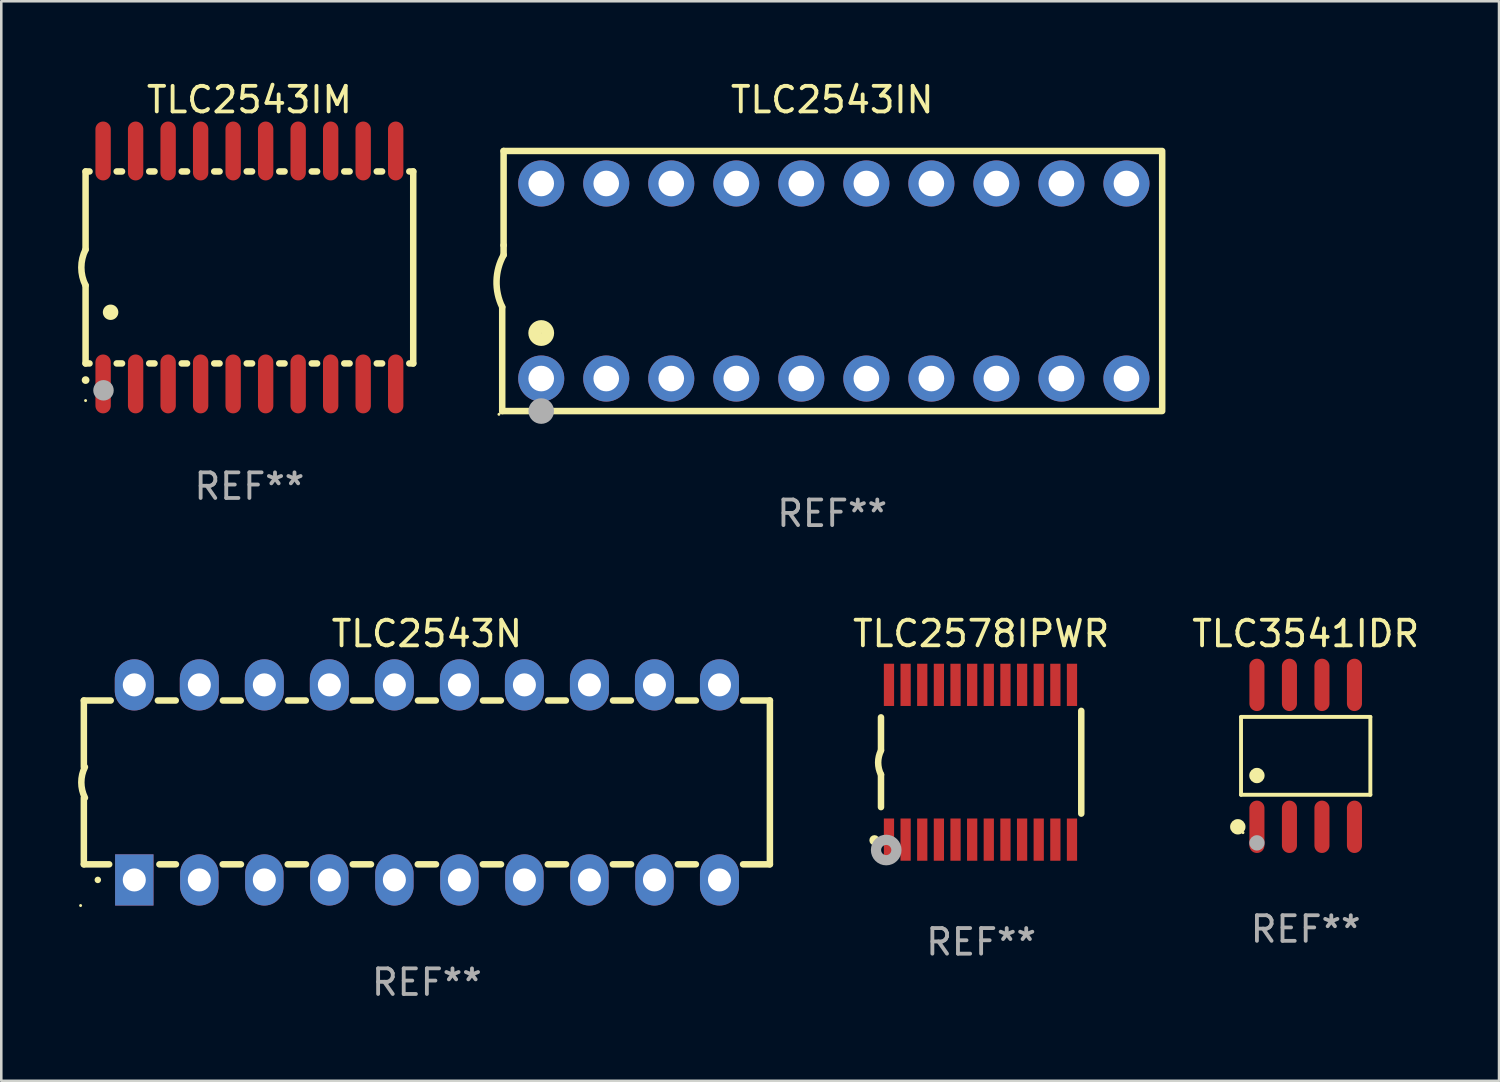
<source format=kicad_pcb>
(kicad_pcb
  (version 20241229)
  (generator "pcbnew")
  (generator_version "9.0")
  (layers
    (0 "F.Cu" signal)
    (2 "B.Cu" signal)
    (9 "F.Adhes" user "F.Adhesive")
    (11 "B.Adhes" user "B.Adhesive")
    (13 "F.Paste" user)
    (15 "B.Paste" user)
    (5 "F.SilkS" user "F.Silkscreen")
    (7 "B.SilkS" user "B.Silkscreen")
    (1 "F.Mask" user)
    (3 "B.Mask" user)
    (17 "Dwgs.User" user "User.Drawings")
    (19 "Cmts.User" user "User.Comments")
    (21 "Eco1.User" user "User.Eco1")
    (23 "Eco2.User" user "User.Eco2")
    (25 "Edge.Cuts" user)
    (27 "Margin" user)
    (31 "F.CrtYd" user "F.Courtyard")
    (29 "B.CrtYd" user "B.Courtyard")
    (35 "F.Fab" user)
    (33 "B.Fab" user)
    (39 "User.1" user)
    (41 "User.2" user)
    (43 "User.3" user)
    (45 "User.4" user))
  (footprint "TLC2578IPWR"
    (layer "F.Cu")
    (at 35.278 26.727)
    (property "Reference" "TLC2578IPWR" (at 0 -5.023 0) (layer "F.SilkS") (effects (font (size 1 1) (thickness 0.15))))
    (attr through_hole)
    (fp_line (start -3.912 -0.483) (end -3.912 -1.753) (stroke (width 0.254) (type solid)) (layer "F.SilkS"))
    (fp_line (start -3.912 1.753) (end -3.912 0.483) (stroke (width 0.254) (type solid)) (layer "F.SilkS"))
    (fp_line (start 3.912 -2.007) (end 3.912 2.007) (stroke (width 0.254) (type solid)) (layer "F.SilkS"))
    (fp_arc (start -3.911608 0.482601) (mid -4.022537 0.0127) (end -3.911608 -0.457201) (stroke (width 0.254001) (type solid)) (layer "F.SilkS"))
    (fp_circle (center -4.166 3.048) (end -4.066 3.048) (stroke (width 0.2) (type solid)) (fill no) (layer "F.SilkS"))
    (fp_circle (center -3.925 3.186) (end -3.895 3.186) (stroke (width 0.06) (type solid)) (fill no) (layer "F.SilkS"))
    (fp_circle (center -3.708 3.429) (end -3.509 3.429) (stroke (width 0.4) (type solid)) (fill no) (layer "F.Fab"))
    (fp_text user "REF**" (at 0 7.023 0) (layer "F.Fab") (effects (font (size 1 1) (thickness 0.15))))
    (pad "1" smd rect (at -3.6 3.023) (size 0.4 1.65) (layers "F.Cu" "F.Mask" "F.Paste"))
    (pad "2" smd rect (at -2.95 3.023) (size 0.4 1.65) (layers "F.Cu" "F.Mask" "F.Paste"))
    (pad "3" smd rect (at -2.3 3.023) (size 0.4 1.65) (layers "F.Cu" "F.Mask" "F.Paste"))
    (pad "4" smd rect (at -1.65 3.023) (size 0.4 1.65) (layers "F.Cu" "F.Mask" "F.Paste"))
    (pad "5" smd rect (at -1 3.023) (size 0.4 1.65) (layers "F.Cu" "F.Mask" "F.Paste"))
    (pad "6" smd rect (at -0.35 3.023) (size 0.4 1.65) (layers "F.Cu" "F.Mask" "F.Paste"))
    (pad "7" smd rect (at 0.299 3.023) (size 0.4 1.65) (layers "F.Cu" "F.Mask" "F.Paste"))
    (pad "8" smd rect (at 0.95 3.023) (size 0.4 1.65) (layers "F.Cu" "F.Mask" "F.Paste"))
    (pad "9" smd rect (at 1.6 3.023) (size 0.4 1.65) (layers "F.Cu" "F.Mask" "F.Paste"))
    (pad "10" smd rect (at 2.25 3.023) (size 0.4 1.65) (layers "F.Cu" "F.Mask" "F.Paste"))
    (pad "11" smd rect (at 2.9 3.023) (size 0.4 1.65) (layers "F.Cu" "F.Mask" "F.Paste"))
    (pad "12" smd rect (at 3.549 3.023) (size 0.4 1.65) (layers "F.Cu" "F.Mask" "F.Paste"))
    (pad "13" smd rect (at 3.549 -3.023) (size 0.4 1.65) (layers "F.Cu" "F.Mask" "F.Paste"))
    (pad "14" smd rect (at 2.9 -3.023) (size 0.4 1.65) (layers "F.Cu" "F.Mask" "F.Paste"))
    (pad "15" smd rect (at 2.25 -3.023) (size 0.4 1.65) (layers "F.Cu" "F.Mask" "F.Paste"))
    (pad "16" smd rect (at 1.6 -3.023) (size 0.4 1.65) (layers "F.Cu" "F.Mask" "F.Paste"))
    (pad "17" smd rect (at 0.95 -3.023) (size 0.4 1.65) (layers "F.Cu" "F.Mask" "F.Paste"))
    (pad "18" smd rect (at 0.299 -3.023) (size 0.4 1.65) (layers "F.Cu" "F.Mask" "F.Paste"))
    (pad "19" smd rect (at -0.35 -3.023) (size 0.4 1.65) (layers "F.Cu" "F.Mask" "F.Paste"))
    (pad "20" smd rect (at -1 -3.023) (size 0.4 1.65) (layers "F.Cu" "F.Mask" "F.Paste"))
    (pad "21" smd rect (at -1.65 -3.023) (size 0.4 1.65) (layers "F.Cu" "F.Mask" "F.Paste"))
    (pad "22" smd rect (at -2.3 -3.023) (size 0.4 1.65) (layers "F.Cu" "F.Mask" "F.Paste"))
    (pad "23" smd rect (at -2.95 -3.023) (size 0.4 1.65) (layers "F.Cu" "F.Mask" "F.Paste"))
    (pad "24" smd rect (at -3.6 -3.023) (size 0.4 1.65) (layers "F.Cu" "F.Mask" "F.Paste")))
  (footprint "TLC3541IDR"
    (layer "F.Cu")
    (at 47.957 26.477)
    (property "Reference" "TLC3541IDR" (at 0 -4.772 0) (layer "F.SilkS") (effects (font (size 1 1) (thickness 0.15))))
    (attr through_hole)
    (fp_line (start -2.526 -1.521) (end 2.526 -1.521) (stroke (width 0.152) (type solid)) (layer "F.SilkS"))
    (fp_line (start -2.526 1.521) (end -2.526 -1.521) (stroke (width 0.152) (type solid)) (layer "F.SilkS"))
    (fp_line (start 2.526 -1.521) (end 2.526 1.521) (stroke (width 0.152) (type solid)) (layer "F.SilkS"))
    (fp_line (start 2.526 1.521) (end -2.526 1.521) (stroke (width 0.152) (type solid)) (layer "F.SilkS"))
    (fp_circle (center -2.652 2.772) (end -2.501 2.772) (stroke (width 0.3) (type solid)) (fill no) (layer "F.SilkS"))
    (fp_circle (center -2.45 3) (end -2.42 3) (stroke (width 0.06) (type solid)) (fill no) (layer "F.SilkS"))
    (fp_circle (center -1.905 0.769) (end -1.755 0.769) (stroke (width 0.3) (type solid)) (fill no) (layer "F.SilkS"))
    (fp_circle (center -1.905 3.4) (end -1.755 3.4) (stroke (width 0.3) (type solid)) (fill no) (layer "F.Fab"))
    (fp_text user "REF**" (at 0 6.772 0) (layer "F.Fab") (effects (font (size 1 1) (thickness 0.15))))
    (pad "1" smd oval (at -1.905 2.772) (size 0.588 2.045) (layers "F.Cu" "F.Mask" "F.Paste"))
    (pad "2" smd oval (at -0.635 2.772) (size 0.588 2.045) (layers "F.Cu" "F.Mask" "F.Paste"))
    (pad "3" smd oval (at 0.635 2.772) (size 0.588 2.045) (layers "F.Cu" "F.Mask" "F.Paste"))
    (pad "4" smd oval (at 1.905 2.772) (size 0.588 2.045) (layers "F.Cu" "F.Mask" "F.Paste"))
    (pad "5" smd oval (at 1.905 -2.772) (size 0.588 2.045) (layers "F.Cu" "F.Mask" "F.Paste"))
    (pad "6" smd oval (at 0.635 -2.772) (size 0.588 2.045) (layers "F.Cu" "F.Mask" "F.Paste"))
    (pad "7" smd oval (at -0.635 -2.772) (size 0.588 2.045) (layers "F.Cu" "F.Mask" "F.Paste"))
    (pad "8" smd oval (at -1.905 -2.772) (size 0.588 2.045) (layers "F.Cu" "F.Mask" "F.Paste")))
  (footprint "TLC2543N"
    (layer "F.Cu")
    (at 13.626 27.515)
    (property "Reference" "TLC2543N" (at 0 -5.81 0) (layer "F.SilkS") (effects (font (size 1 1) (thickness 0.15))))
    (attr through_hole)
    (fp_line (start -13.4 -3.2) (end -12.351 -3.2) (stroke (width 0.254) (type solid)) (layer "F.SilkS"))
    (fp_line (start -13.4 -0.6) (end -13.4 -3.2) (stroke (width 0.254) (type solid)) (layer "F.SilkS"))
    (fp_line (start -13.4 3.2) (end -13.4 0.6) (stroke (width 0.254) (type solid)) (layer "F.SilkS"))
    (fp_line (start -13.4 3.2) (end -12.411 3.2) (stroke (width 0.254) (type solid)) (layer "F.SilkS"))
    (fp_line (start -10.509 -3.2) (end -9.811 -3.2) (stroke (width 0.254) (type solid)) (layer "F.SilkS"))
    (fp_line (start -10.449 3.2) (end -9.803 3.2) (stroke (width 0.254) (type solid)) (layer "F.SilkS"))
    (fp_line (start -7.977 3.2) (end -7.263 3.2) (stroke (width 0.254) (type solid)) (layer "F.SilkS"))
    (fp_line (start -7.969 -3.2) (end -7.271 -3.2) (stroke (width 0.254) (type solid)) (layer "F.SilkS"))
    (fp_line (start -5.437 3.2) (end -4.723 3.2) (stroke (width 0.254) (type solid)) (layer "F.SilkS"))
    (fp_line (start -5.429 -3.2) (end -4.731 -3.2) (stroke (width 0.254) (type solid)) (layer "F.SilkS"))
    (fp_line (start -2.897 3.2) (end -2.183 3.2) (stroke (width 0.254) (type solid)) (layer "F.SilkS"))
    (fp_line (start -2.889 -3.2) (end -2.191 -3.2) (stroke (width 0.254) (type solid)) (layer "F.SilkS"))
    (fp_line (start -0.357 3.2) (end 0.357 3.2) (stroke (width 0.254) (type solid)) (layer "F.SilkS"))
    (fp_line (start -0.349 -3.2) (end 0.349 -3.2) (stroke (width 0.254) (type solid)) (layer "F.SilkS"))
    (fp_line (start 2.183 3.2) (end 2.897 3.2) (stroke (width 0.254) (type solid)) (layer "F.SilkS"))
    (fp_line (start 2.191 -3.2) (end 2.889 -3.2) (stroke (width 0.254) (type solid)) (layer "F.SilkS"))
    (fp_line (start 4.723 3.2) (end 5.437 3.2) (stroke (width 0.254) (type solid)) (layer "F.SilkS"))
    (fp_line (start 4.731 -3.2) (end 5.429 -3.2) (stroke (width 0.254) (type solid)) (layer "F.SilkS"))
    (fp_line (start 7.263 3.2) (end 7.977 3.2) (stroke (width 0.254) (type solid)) (layer "F.SilkS"))
    (fp_line (start 7.271 -3.2) (end 7.969 -3.2) (stroke (width 0.254) (type solid)) (layer "F.SilkS"))
    (fp_line (start 9.803 3.2) (end 10.509 3.2) (stroke (width 0.254) (type solid)) (layer "F.SilkS"))
    (fp_line (start 9.811 -3.2) (end 10.509 -3.2) (stroke (width 0.254) (type solid)) (layer "F.SilkS"))
    (fp_line (start 12.351 -3.2) (end 13.4 -3.2) (stroke (width 0.254) (type solid)) (layer "F.SilkS"))
    (fp_line (start 12.351 3.2) (end 13.4 3.2) (stroke (width 0.254) (type solid)) (layer "F.SilkS"))
    (fp_line (start 13.4 -3.2) (end 13.4 3.2) (stroke (width 0.254) (type solid)) (layer "F.SilkS"))
    (fp_arc (start -13.357557 0.599721) (mid -13.499295 0.000123) (end -13.358598 -0.599721) (stroke (width 0.254001) (type solid)) (layer "F.SilkS"))
    (fp_arc (start -12.854966 3.810008) (mid -12.854973 3.808738) (end -12.854966 3.807468) (stroke (width 0.25) (type solid)) (layer "F.SilkS"))
    (fp_circle (center -13.527 4.81) (end -13.497 4.81) (stroke (width 0.06) (type solid)) (fill no) (layer "F.SilkS"))
    (fp_text user "REF**" (at 0 7.81 0) (layer "F.Fab") (effects (font (size 1 1) (thickness 0.15))))
    (pad "1" thru_hole rect (at -11.43 3.81 90) (size 2 1.5) (drill 0.9) (layers "*.Cu" "*.Mask"))
    (pad "2" thru_hole oval (at -8.89 3.81 90) (size 2 1.5) (drill 0.9) (layers "*.Cu" "*.Mask"))
    (pad "3" thru_hole oval (at -6.35 3.81 90) (size 2 1.5) (drill 0.9) (layers "*.Cu" "*.Mask"))
    (pad "4" thru_hole oval (at -3.81 3.81 90) (size 2 1.5) (drill 0.9) (layers "*.Cu" "*.Mask"))
    (pad "5" thru_hole oval (at -1.27 3.81 90) (size 2 1.5) (drill 0.9) (layers "*.Cu" "*.Mask"))
    (pad "6" thru_hole oval (at 1.27 3.81 90) (size 2 1.5) (drill 0.9) (layers "*.Cu" "*.Mask"))
    (pad "7" thru_hole oval (at 3.81 3.81 90) (size 2 1.5) (drill 0.9) (layers "*.Cu" "*.Mask"))
    (pad "8" thru_hole oval (at 6.35 3.81 90) (size 2 1.5) (drill 0.9) (layers "*.Cu" "*.Mask"))
    (pad "9" thru_hole oval (at 8.89 3.81 90) (size 2 1.5) (drill 0.9) (layers "*.Cu" "*.Mask"))
    (pad "10" thru_hole oval (at 11.43 3.81 90) (size 2 1.524) (drill 0.9) (layers "*.Cu" "*.Mask"))
    (pad "11" thru_hole oval (at 11.43 -3.81 90) (size 2 1.524) (drill 0.9) (layers "*.Cu" "*.Mask"))
    (pad "12" thru_hole oval (at 8.89 -3.81 90) (size 2 1.524) (drill 0.9) (layers "*.Cu" "*.Mask"))
    (pad "13" thru_hole oval (at 6.35 -3.81 90) (size 2 1.524) (drill 0.9) (layers "*.Cu" "*.Mask"))
    (pad "14" thru_hole oval (at 3.81 -3.81 90) (size 2 1.524) (drill 0.9) (layers "*.Cu" "*.Mask"))
    (pad "15" thru_hole oval (at 1.27 -3.81 90) (size 2 1.524) (drill 0.9) (layers "*.Cu" "*.Mask"))
    (pad "16" thru_hole oval (at -1.27 -3.81 90) (size 2 1.524) (drill 0.9) (layers "*.Cu" "*.Mask"))
    (pad "17" thru_hole oval (at -3.81 -3.81 90) (size 2 1.524) (drill 0.9) (layers "*.Cu" "*.Mask"))
    (pad "18" thru_hole oval (at -6.35 -3.81 90) (size 2 1.524) (drill 0.9) (layers "*.Cu" "*.Mask"))
    (pad "19" thru_hole oval (at -8.89 -3.81 90) (size 2 1.524) (drill 0.9) (layers "*.Cu" "*.Mask"))
    (pad "20" thru_hole oval (at -11.43 -3.81 90) (size 2 1.524) (drill 0.9) (layers "*.Cu" "*.Mask")))
  (footprint "TLC2543IN"
    (layer "F.Cu")
    (at 29.46 7.928)
    (property "Reference" "TLC2543IN" (at 0 -7.08 0) (layer "F.SilkS") (effects (font (size 1 1) (thickness 0.15))))
    (attr through_hole)
    (fp_line (start -12.891 5.08) (end -12.891 1.016) (stroke (width 0.254) (type solid)) (layer "F.SilkS"))
    (fp_line (start -12.891 5.08) (end 12.891 5.08) (stroke (width 0.254) (type solid)) (layer "F.SilkS"))
    (fp_line (start -12.837 -5.08) (end -12.837 -1.397) (stroke (width 0.254) (type solid)) (layer "F.SilkS"))
    (fp_line (start -12.837 -5.08) (end 12.891 -5.08) (stroke (width 0.254) (type solid)) (layer "F.SilkS"))
    (fp_line (start -12.837 -1.397) (end -12.837 -1.016) (stroke (width 0.254) (type solid)) (layer "F.SilkS"))
    (fp_line (start 12.891 -5) (end 12.891 5) (stroke (width 0.254) (type solid)) (layer "F.SilkS"))
    (fp_arc (start -12.890526 1.016002) (mid -13.111945 -0.006602) (end -12.836525 -1.016002) (stroke (width 0.254001) (type solid)) (layer "F.SilkS"))
    (fp_circle (center -13.018 5.207) (end -12.988 5.207) (stroke (width 0.06) (type solid)) (fill no) (layer "F.SilkS"))
    (fp_circle (center -11.367 2.032) (end -11.113 2.032) (stroke (width 0.5) (type solid)) (fill no) (layer "F.SilkS"))
    (fp_circle (center -11.367 5.08) (end -11.117 5.08) (stroke (width 0.5) (type solid)) (fill no) (layer "F.Fab"))
    (fp_text user "REF**" (at 0 9.08 0) (layer "F.Fab") (effects (font (size 1 1) (thickness 0.15))))
    (pad "1" thru_hole circle (at -11.367 3.81) (size 1.8 1.8) (drill 1) (layers "*.Cu" "*.Mask"))
    (pad "2" thru_hole circle (at -8.827 3.81) (size 1.8 1.8) (drill 1) (layers "*.Cu" "*.Mask"))
    (pad "3" thru_hole circle (at -6.287 3.81) (size 1.8 1.8) (drill 1) (layers "*.Cu" "*.Mask"))
    (pad "4" thru_hole circle (at -3.747 3.81) (size 1.8 1.8) (drill 1) (layers "*.Cu" "*.Mask"))
    (pad "5" thru_hole circle (at -1.207 3.81) (size 1.8 1.8) (drill 1) (layers "*.Cu" "*.Mask"))
    (pad "6" thru_hole circle (at 1.334 3.81) (size 1.8 1.8) (drill 1) (layers "*.Cu" "*.Mask"))
    (pad "7" thru_hole circle (at 3.874 3.81) (size 1.8 1.8) (drill 1) (layers "*.Cu" "*.Mask"))
    (pad "8" thru_hole circle (at 6.414 3.81) (size 1.8 1.8) (drill 1) (layers "*.Cu" "*.Mask"))
    (pad "9" thru_hole circle (at 8.954 3.81) (size 1.8 1.8) (drill 1) (layers "*.Cu" "*.Mask"))
    (pad "10" thru_hole circle (at 11.494 3.81) (size 1.8 1.8) (drill 1) (layers "*.Cu" "*.Mask"))
    (pad "11" thru_hole circle (at 11.494 -3.81) (size 1.8 1.8) (drill 1) (layers "*.Cu" "*.Mask"))
    (pad "12" thru_hole circle (at 8.954 -3.81) (size 1.8 1.8) (drill 1) (layers "*.Cu" "*.Mask"))
    (pad "13" thru_hole circle (at 6.414 -3.81) (size 1.8 1.8) (drill 1) (layers "*.Cu" "*.Mask"))
    (pad "14" thru_hole circle (at 3.874 -3.81) (size 1.8 1.8) (drill 1) (layers "*.Cu" "*.Mask"))
    (pad "15" thru_hole circle (at 1.334 -3.81) (size 1.8 1.8) (drill 1) (layers "*.Cu" "*.Mask"))
    (pad "16" thru_hole circle (at -1.207 -3.81) (size 1.8 1.8) (drill 1) (layers "*.Cu" "*.Mask"))
    (pad "17" thru_hole circle (at -3.747 -3.81) (size 1.8 1.8) (drill 1) (layers "*.Cu" "*.Mask"))
    (pad "18" thru_hole circle (at -6.287 -3.81) (size 1.8 1.8) (drill 1) (layers "*.Cu" "*.Mask"))
    (pad "19" thru_hole circle (at -8.827 -3.81) (size 1.8 1.8) (drill 1) (layers "*.Cu" "*.Mask"))
    (pad "20" thru_hole circle (at -11.367 -3.81) (size 1.8 1.8) (drill 1) (layers "*.Cu" "*.Mask")))
  (footprint "TLC2543IM"
    (layer "F.Cu")
    (at 6.693 7.398)
    (property "Reference" "TLC2543IM" (at 0 -6.55 0) (layer "F.SilkS") (effects (font (size 1 1) (thickness 0.15))))
    (attr through_hole)
    (fp_line (start -6.4 -3.75) (end -6.4 -0.7) (stroke (width 0.254) (type solid)) (layer "F.SilkS"))
    (fp_line (start -6.4 -3.75) (end -6.246 -3.75) (stroke (width 0.254) (type solid)) (layer "F.SilkS"))
    (fp_line (start -6.4 3.75) (end -6.4 0.7) (stroke (width 0.254) (type solid)) (layer "F.SilkS"))
    (fp_line (start -6.246 3.75) (end -6.4 3.75) (stroke (width 0.254) (type solid)) (layer "F.SilkS"))
    (fp_line (start -5.184 -3.75) (end -4.976 -3.75) (stroke (width 0.254) (type solid)) (layer "F.SilkS"))
    (fp_line (start -4.976 3.75) (end -5.184 3.75) (stroke (width 0.254) (type solid)) (layer "F.SilkS"))
    (fp_line (start -3.914 -3.75) (end -3.706 -3.75) (stroke (width 0.254) (type solid)) (layer "F.SilkS"))
    (fp_line (start -3.706 3.75) (end -3.914 3.75) (stroke (width 0.254) (type solid)) (layer "F.SilkS"))
    (fp_line (start -2.644 -3.75) (end -2.436 -3.75) (stroke (width 0.254) (type solid)) (layer "F.SilkS"))
    (fp_line (start -2.436 3.75) (end -2.644 3.75) (stroke (width 0.254) (type solid)) (layer "F.SilkS"))
    (fp_line (start -1.374 -3.75) (end -1.166 -3.75) (stroke (width 0.254) (type solid)) (layer "F.SilkS"))
    (fp_line (start -1.166 3.75) (end -1.374 3.75) (stroke (width 0.254) (type solid)) (layer "F.SilkS"))
    (fp_line (start -0.104 -3.75) (end 0.104 -3.75) (stroke (width 0.254) (type solid)) (layer "F.SilkS"))
    (fp_line (start 0.104 3.75) (end -0.104 3.75) (stroke (width 0.254) (type solid)) (layer "F.SilkS"))
    (fp_line (start 1.166 -3.75) (end 1.374 -3.75) (stroke (width 0.254) (type solid)) (layer "F.SilkS"))
    (fp_line (start 1.374 3.75) (end 1.166 3.75) (stroke (width 0.254) (type solid)) (layer "F.SilkS"))
    (fp_line (start 2.436 -3.75) (end 2.644 -3.75) (stroke (width 0.254) (type solid)) (layer "F.SilkS"))
    (fp_line (start 2.644 3.75) (end 2.436 3.75) (stroke (width 0.254) (type solid)) (layer "F.SilkS"))
    (fp_line (start 3.706 -3.75) (end 3.914 -3.75) (stroke (width 0.254) (type solid)) (layer "F.SilkS"))
    (fp_line (start 3.914 3.75) (end 3.706 3.75) (stroke (width 0.254) (type solid)) (layer "F.SilkS"))
    (fp_line (start 4.976 -3.75) (end 5.184 -3.75) (stroke (width 0.254) (type solid)) (layer "F.SilkS"))
    (fp_line (start 5.184 3.75) (end 4.976 3.75) (stroke (width 0.254) (type solid)) (layer "F.SilkS"))
    (fp_line (start 6.246 -3.75) (end 6.4 -3.75) (stroke (width 0.254) (type solid)) (layer "F.SilkS"))
    (fp_line (start 6.4 -3.75) (end 6.4 3.75) (stroke (width 0.254) (type solid)) (layer "F.SilkS"))
    (fp_line (start 6.4 3.75) (end 6.246 3.75) (stroke (width 0.254) (type solid)) (layer "F.SilkS"))
    (fp_arc (start -6.400812 0.701041) (mid -6.565912 0.000428) (end -6.400025 -0.7) (stroke (width 0.254001) (type solid)) (layer "F.SilkS"))
    (fp_arc (start -6.400025 4.4) (mid -6.398755 4.399995) (end -6.397485 4.4) (stroke (width 0.3) (type solid)) (layer "F.SilkS"))
    (fp_arc (start -5.425451 1.750064) (mid -5.422911 1.750053) (end -5.420371 1.750064) (stroke (width 0.6) (type solid)) (layer "F.SilkS"))
    (fp_circle (center -6.4 5.2) (end -6.37 5.2) (stroke (width 0.06) (type solid)) (fill no) (layer "F.SilkS"))
    (fp_circle (center -5.7 4.8) (end -5.5 4.8) (stroke (width 0.4) (type solid)) (fill no) (layer "F.Fab"))
    (fp_text user "REF**" (at 0 8.55 0) (layer "F.Fab") (effects (font (size 1 1) (thickness 0.15))))
    (pad "1" smd oval (at -5.715 4.55 180) (size 0.6 2.3) (layers "F.Cu" "F.Mask" "F.Paste"))
    (pad "2" smd oval (at -4.445 4.55 180) (size 0.6 2.3) (layers "F.Cu" "F.Mask" "F.Paste"))
    (pad "3" smd oval (at -3.175 4.55 180) (size 0.6 2.3) (layers "F.Cu" "F.Mask" "F.Paste"))
    (pad "4" smd oval (at -1.905 4.55 180) (size 0.6 2.3) (layers "F.Cu" "F.Mask" "F.Paste"))
    (pad "5" smd oval (at -0.635 4.55 180) (size 0.6 2.3) (layers "F.Cu" "F.Mask" "F.Paste"))
    (pad "6" smd oval (at 0.635 4.55 180) (size 0.6 2.3) (layers "F.Cu" "F.Mask" "F.Paste"))
    (pad "7" smd oval (at 1.905 4.55 180) (size 0.6 2.3) (layers "F.Cu" "F.Mask" "F.Paste"))
    (pad "8" smd oval (at 3.175 4.55 180) (size 0.6 2.3) (layers "F.Cu" "F.Mask" "F.Paste"))
    (pad "9" smd oval (at 4.445 4.55 180) (size 0.6 2.3) (layers "F.Cu" "F.Mask" "F.Paste"))
    (pad "10" smd oval (at 5.715 4.55 180) (size 0.6 2.3) (layers "F.Cu" "F.Mask" "F.Paste"))
    (pad "11" smd oval (at 5.715 -4.55 180) (size 0.6 2.3) (layers "F.Cu" "F.Mask" "F.Paste"))
    (pad "12" smd oval (at 4.445 -4.55 180) (size 0.6 2.3) (layers "F.Cu" "F.Mask" "F.Paste"))
    (pad "13" smd oval (at 3.175 -4.55 180) (size 0.6 2.3) (layers "F.Cu" "F.Mask" "F.Paste"))
    (pad "14" smd oval (at 1.905 -4.55 180) (size 0.6 2.3) (layers "F.Cu" "F.Mask" "F.Paste"))
    (pad "15" smd oval (at 0.635 -4.55 180) (size 0.6 2.3) (layers "F.Cu" "F.Mask" "F.Paste"))
    (pad "16" smd oval (at -0.635 -4.55 180) (size 0.6 2.3) (layers "F.Cu" "F.Mask" "F.Paste"))
    (pad "17" smd oval (at -1.905 -4.55 180) (size 0.6 2.3) (layers "F.Cu" "F.Mask" "F.Paste"))
    (pad "18" smd oval (at -3.175 -4.55 180) (size 0.6 2.3) (layers "F.Cu" "F.Mask" "F.Paste"))
    (pad "19" smd oval (at -4.445 -4.55 180) (size 0.6 2.3) (layers "F.Cu" "F.Mask" "F.Paste"))
    (pad "20" smd oval (at -5.715 -4.55 180) (size 0.6 2.3) (layers "F.Cu" "F.Mask" "F.Paste")))
  (gr_rect
    (start -3 -3)
    (end 55.51 39.173)
    (stroke (width 0.1) (type default))
    (fill no)
    (layer "Edge.Cuts")))
</source>
